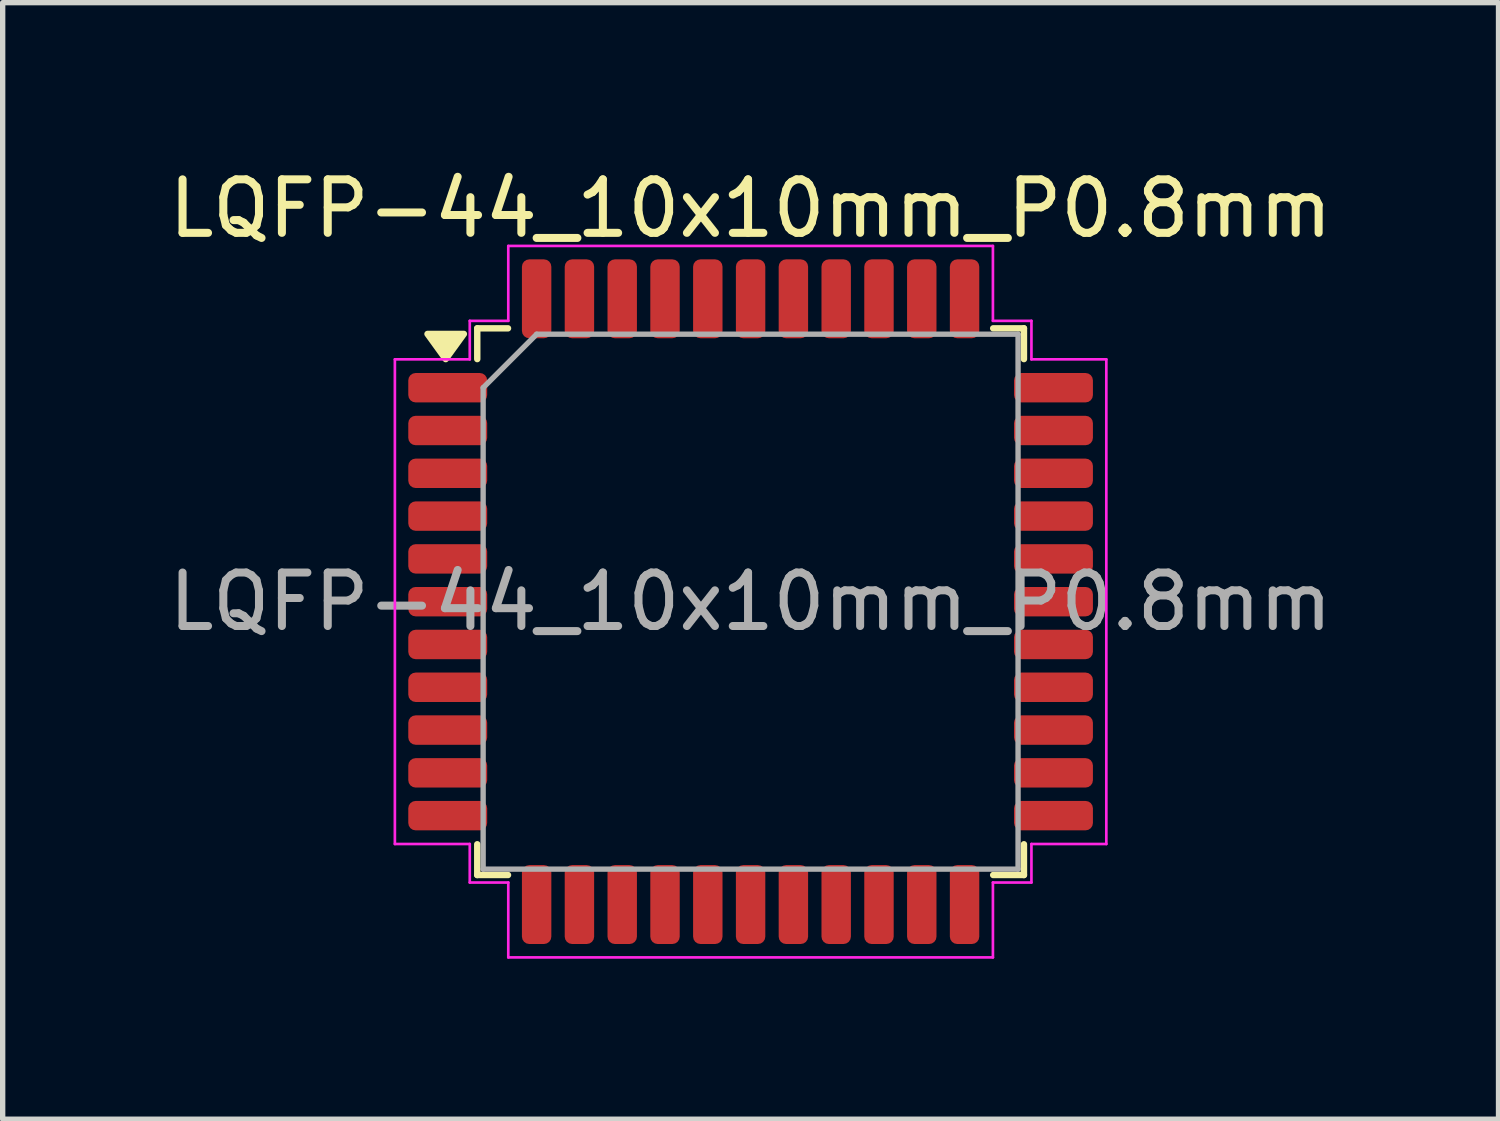
<source format=kicad_pcb>
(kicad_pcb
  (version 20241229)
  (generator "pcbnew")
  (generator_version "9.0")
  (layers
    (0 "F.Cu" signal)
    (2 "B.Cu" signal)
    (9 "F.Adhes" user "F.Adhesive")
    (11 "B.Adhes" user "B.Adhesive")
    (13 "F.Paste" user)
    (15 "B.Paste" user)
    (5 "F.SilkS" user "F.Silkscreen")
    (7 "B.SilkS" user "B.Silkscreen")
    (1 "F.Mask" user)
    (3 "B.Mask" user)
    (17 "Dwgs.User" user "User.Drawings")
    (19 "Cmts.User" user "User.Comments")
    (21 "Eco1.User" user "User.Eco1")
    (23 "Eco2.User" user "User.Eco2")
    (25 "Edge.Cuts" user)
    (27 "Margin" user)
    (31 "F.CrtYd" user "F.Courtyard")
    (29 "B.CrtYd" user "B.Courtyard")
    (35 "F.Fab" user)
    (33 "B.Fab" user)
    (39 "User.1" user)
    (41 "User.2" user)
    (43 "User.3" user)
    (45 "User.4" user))
  (footprint "LQFP-44_10x10mm_P0.8mm"
    (layer "F.Cu")
    (at 10.982 8.198)
    (property "Reference" "LQFP-44_10x10mm_P0.8mm" (at 0 -7.35 0) (layer "F.SilkS") (effects (font (size 1 1) (thickness 0.15))))
    (attr smd)
    (fp_line (start -5.11 -5.11) (end -5.11 -4.535) (stroke (width 0.12) (type solid)) (layer "F.SilkS"))
    (fp_line (start -5.11 5.11) (end -5.11 4.535) (stroke (width 0.12) (type solid)) (layer "F.SilkS"))
    (fp_line (start -4.535 -5.11) (end -5.11 -5.11) (stroke (width 0.12) (type solid)) (layer "F.SilkS"))
    (fp_line (start -4.535 5.11) (end -5.11 5.11) (stroke (width 0.12) (type solid)) (layer "F.SilkS"))
    (fp_line (start 4.535 -5.11) (end 5.11 -5.11) (stroke (width 0.12) (type solid)) (layer "F.SilkS"))
    (fp_line (start 4.535 5.11) (end 5.11 5.11) (stroke (width 0.12) (type solid)) (layer "F.SilkS"))
    (fp_line (start 5.11 -5.11) (end 5.11 -4.535) (stroke (width 0.12) (type solid)) (layer "F.SilkS"))
    (fp_line (start 5.11 5.11) (end 5.11 4.535) (stroke (width 0.12) (type solid)) (layer "F.SilkS"))
    (fp_poly (pts (xy -5.7 -4.535) (xy -6.04 -5.005) (xy -5.36 -5.005)) (stroke (width 0.12) (type solid)) (fill yes) (layer "F.SilkS"))
    (fp_line (start -6.65 -4.53) (end -5.25 -4.53) (stroke (width 0.05) (type solid)) (layer "F.CrtYd"))
    (fp_line (start -6.65 4.53) (end -6.65 -4.53) (stroke (width 0.05) (type solid)) (layer "F.CrtYd"))
    (fp_line (start -5.25 -5.25) (end -4.53 -5.25) (stroke (width 0.05) (type solid)) (layer "F.CrtYd"))
    (fp_line (start -5.25 -4.53) (end -5.25 -5.25) (stroke (width 0.05) (type solid)) (layer "F.CrtYd"))
    (fp_line (start -5.25 4.53) (end -6.65 4.53) (stroke (width 0.05) (type solid)) (layer "F.CrtYd"))
    (fp_line (start -5.25 5.25) (end -5.25 4.53) (stroke (width 0.05) (type solid)) (layer "F.CrtYd"))
    (fp_line (start -4.53 -6.65) (end 4.53 -6.65) (stroke (width 0.05) (type solid)) (layer "F.CrtYd"))
    (fp_line (start -4.53 -5.25) (end -4.53 -6.65) (stroke (width 0.05) (type solid)) (layer "F.CrtYd"))
    (fp_line (start -4.53 5.25) (end -5.25 5.25) (stroke (width 0.05) (type solid)) (layer "F.CrtYd"))
    (fp_line (start -4.53 6.65) (end -4.53 5.25) (stroke (width 0.05) (type solid)) (layer "F.CrtYd"))
    (fp_line (start 4.53 -6.65) (end 4.53 -5.25) (stroke (width 0.05) (type solid)) (layer "F.CrtYd"))
    (fp_line (start 4.53 -5.25) (end 5.25 -5.25) (stroke (width 0.05) (type solid)) (layer "F.CrtYd"))
    (fp_line (start 4.53 5.25) (end 4.53 6.65) (stroke (width 0.05) (type solid)) (layer "F.CrtYd"))
    (fp_line (start 4.53 6.65) (end -4.53 6.65) (stroke (width 0.05) (type solid)) (layer "F.CrtYd"))
    (fp_line (start 5.25 -5.25) (end 5.25 -4.53) (stroke (width 0.05) (type solid)) (layer "F.CrtYd"))
    (fp_line (start 5.25 -4.53) (end 6.65 -4.53) (stroke (width 0.05) (type solid)) (layer "F.CrtYd"))
    (fp_line (start 5.25 4.53) (end 5.25 5.25) (stroke (width 0.05) (type solid)) (layer "F.CrtYd"))
    (fp_line (start 5.25 5.25) (end 4.53 5.25) (stroke (width 0.05) (type solid)) (layer "F.CrtYd"))
    (fp_line (start 6.65 -4.53) (end 6.65 4.53) (stroke (width 0.05) (type solid)) (layer "F.CrtYd"))
    (fp_line (start 6.65 4.53) (end 5.25 4.53) (stroke (width 0.05) (type solid)) (layer "F.CrtYd"))
    (fp_line (start -5 -4) (end -4 -5) (stroke (width 0.1) (type solid)) (layer "F.Fab"))
    (fp_line (start -5 5) (end -5 -4) (stroke (width 0.1) (type solid)) (layer "F.Fab"))
    (fp_line (start -4 -5) (end 5 -5) (stroke (width 0.1) (type solid)) (layer "F.Fab"))
    (fp_line (start 5 -5) (end 5 5) (stroke (width 0.1) (type solid)) (layer "F.Fab"))
    (fp_line (start 5 5) (end -5 5) (stroke (width 0.1) (type solid)) (layer "F.Fab"))
    (fp_text user "${REFERENCE}" (at 0 0 0) (layer "F.Fab") (effects (font (size 1 1) (thickness 0.15))))
    (pad "1" smd roundrect (at -5.662 -4) (size 1.475 0.55) (layers "F.Cu" "F.Mask" "F.Paste") (roundrect_rratio 0.25))
    (pad "2" smd roundrect (at -5.662 -3.2) (size 1.475 0.55) (layers "F.Cu" "F.Mask" "F.Paste") (roundrect_rratio 0.25))
    (pad "3" smd roundrect (at -5.662 -2.4) (size 1.475 0.55) (layers "F.Cu" "F.Mask" "F.Paste") (roundrect_rratio 0.25))
    (pad "4" smd roundrect (at -5.662 -1.6) (size 1.475 0.55) (layers "F.Cu" "F.Mask" "F.Paste") (roundrect_rratio 0.25))
    (pad "5" smd roundrect (at -5.662 -0.8) (size 1.475 0.55) (layers "F.Cu" "F.Mask" "F.Paste") (roundrect_rratio 0.25))
    (pad "6" smd roundrect (at -5.662 0) (size 1.475 0.55) (layers "F.Cu" "F.Mask" "F.Paste") (roundrect_rratio 0.25))
    (pad "7" smd roundrect (at -5.662 0.8) (size 1.475 0.55) (layers "F.Cu" "F.Mask" "F.Paste") (roundrect_rratio 0.25))
    (pad "8" smd roundrect (at -5.662 1.6) (size 1.475 0.55) (layers "F.Cu" "F.Mask" "F.Paste") (roundrect_rratio 0.25))
    (pad "9" smd roundrect (at -5.662 2.4) (size 1.475 0.55) (layers "F.Cu" "F.Mask" "F.Paste") (roundrect_rratio 0.25))
    (pad "10" smd roundrect (at -5.662 3.2) (size 1.475 0.55) (layers "F.Cu" "F.Mask" "F.Paste") (roundrect_rratio 0.25))
    (pad "11" smd roundrect (at -5.662 4) (size 1.475 0.55) (layers "F.Cu" "F.Mask" "F.Paste") (roundrect_rratio 0.25))
    (pad "12" smd roundrect (at -4 5.662) (size 0.55 1.475) (layers "F.Cu" "F.Mask" "F.Paste") (roundrect_rratio 0.25))
    (pad "13" smd roundrect (at -3.2 5.662) (size 0.55 1.475) (layers "F.Cu" "F.Mask" "F.Paste") (roundrect_rratio 0.25))
    (pad "14" smd roundrect (at -2.4 5.662) (size 0.55 1.475) (layers "F.Cu" "F.Mask" "F.Paste") (roundrect_rratio 0.25))
    (pad "15" smd roundrect (at -1.6 5.662) (size 0.55 1.475) (layers "F.Cu" "F.Mask" "F.Paste") (roundrect_rratio 0.25))
    (pad "16" smd roundrect (at -0.8 5.662) (size 0.55 1.475) (layers "F.Cu" "F.Mask" "F.Paste") (roundrect_rratio 0.25))
    (pad "17" smd roundrect (at 0 5.662) (size 0.55 1.475) (layers "F.Cu" "F.Mask" "F.Paste") (roundrect_rratio 0.25))
    (pad "18" smd roundrect (at 0.8 5.662) (size 0.55 1.475) (layers "F.Cu" "F.Mask" "F.Paste") (roundrect_rratio 0.25))
    (pad "19" smd roundrect (at 1.6 5.662) (size 0.55 1.475) (layers "F.Cu" "F.Mask" "F.Paste") (roundrect_rratio 0.25))
    (pad "20" smd roundrect (at 2.4 5.662) (size 0.55 1.475) (layers "F.Cu" "F.Mask" "F.Paste") (roundrect_rratio 0.25))
    (pad "21" smd roundrect (at 3.2 5.662) (size 0.55 1.475) (layers "F.Cu" "F.Mask" "F.Paste") (roundrect_rratio 0.25))
    (pad "22" smd roundrect (at 4 5.662) (size 0.55 1.475) (layers "F.Cu" "F.Mask" "F.Paste") (roundrect_rratio 0.25))
    (pad "23" smd roundrect (at 5.662 4) (size 1.475 0.55) (layers "F.Cu" "F.Mask" "F.Paste") (roundrect_rratio 0.25))
    (pad "24" smd roundrect (at 5.662 3.2) (size 1.475 0.55) (layers "F.Cu" "F.Mask" "F.Paste") (roundrect_rratio 0.25))
    (pad "25" smd roundrect (at 5.662 2.4) (size 1.475 0.55) (layers "F.Cu" "F.Mask" "F.Paste") (roundrect_rratio 0.25))
    (pad "26" smd roundrect (at 5.662 1.6) (size 1.475 0.55) (layers "F.Cu" "F.Mask" "F.Paste") (roundrect_rratio 0.25))
    (pad "27" smd roundrect (at 5.662 0.8) (size 1.475 0.55) (layers "F.Cu" "F.Mask" "F.Paste") (roundrect_rratio 0.25))
    (pad "28" smd roundrect (at 5.662 0) (size 1.475 0.55) (layers "F.Cu" "F.Mask" "F.Paste") (roundrect_rratio 0.25))
    (pad "29" smd roundrect (at 5.662 -0.8) (size 1.475 0.55) (layers "F.Cu" "F.Mask" "F.Paste") (roundrect_rratio 0.25))
    (pad "30" smd roundrect (at 5.662 -1.6) (size 1.475 0.55) (layers "F.Cu" "F.Mask" "F.Paste") (roundrect_rratio 0.25))
    (pad "31" smd roundrect (at 5.662 -2.4) (size 1.475 0.55) (layers "F.Cu" "F.Mask" "F.Paste") (roundrect_rratio 0.25))
    (pad "32" smd roundrect (at 5.662 -3.2) (size 1.475 0.55) (layers "F.Cu" "F.Mask" "F.Paste") (roundrect_rratio 0.25))
    (pad "33" smd roundrect (at 5.662 -4) (size 1.475 0.55) (layers "F.Cu" "F.Mask" "F.Paste") (roundrect_rratio 0.25))
    (pad "34" smd roundrect (at 4 -5.662) (size 0.55 1.475) (layers "F.Cu" "F.Mask" "F.Paste") (roundrect_rratio 0.25))
    (pad "35" smd roundrect (at 3.2 -5.662) (size 0.55 1.475) (layers "F.Cu" "F.Mask" "F.Paste") (roundrect_rratio 0.25))
    (pad "36" smd roundrect (at 2.4 -5.662) (size 0.55 1.475) (layers "F.Cu" "F.Mask" "F.Paste") (roundrect_rratio 0.25))
    (pad "37" smd roundrect (at 1.6 -5.662) (size 0.55 1.475) (layers "F.Cu" "F.Mask" "F.Paste") (roundrect_rratio 0.25))
    (pad "38" smd roundrect (at 0.8 -5.662) (size 0.55 1.475) (layers "F.Cu" "F.Mask" "F.Paste") (roundrect_rratio 0.25))
    (pad "39" smd roundrect (at 0 -5.662) (size 0.55 1.475) (layers "F.Cu" "F.Mask" "F.Paste") (roundrect_rratio 0.25))
    (pad "40" smd roundrect (at -0.8 -5.662) (size 0.55 1.475) (layers "F.Cu" "F.Mask" "F.Paste") (roundrect_rratio 0.25))
    (pad "41" smd roundrect (at -1.6 -5.662) (size 0.55 1.475) (layers "F.Cu" "F.Mask" "F.Paste") (roundrect_rratio 0.25))
    (pad "42" smd roundrect (at -2.4 -5.662) (size 0.55 1.475) (layers "F.Cu" "F.Mask" "F.Paste") (roundrect_rratio 0.25))
    (pad "43" smd roundrect (at -3.2 -5.662) (size 0.55 1.475) (layers "F.Cu" "F.Mask" "F.Paste") (roundrect_rratio 0.25))
    (pad "44" smd roundrect (at -4 -5.662) (size 0.55 1.475) (layers "F.Cu" "F.Mask" "F.Paste") (roundrect_rratio 0.25)))
  (gr_rect
    (start -3 -3)
    (end 24.964 17.873)
    (stroke (width 0.1) (type default))
    (fill no)
    (layer "Edge.Cuts")))
</source>
